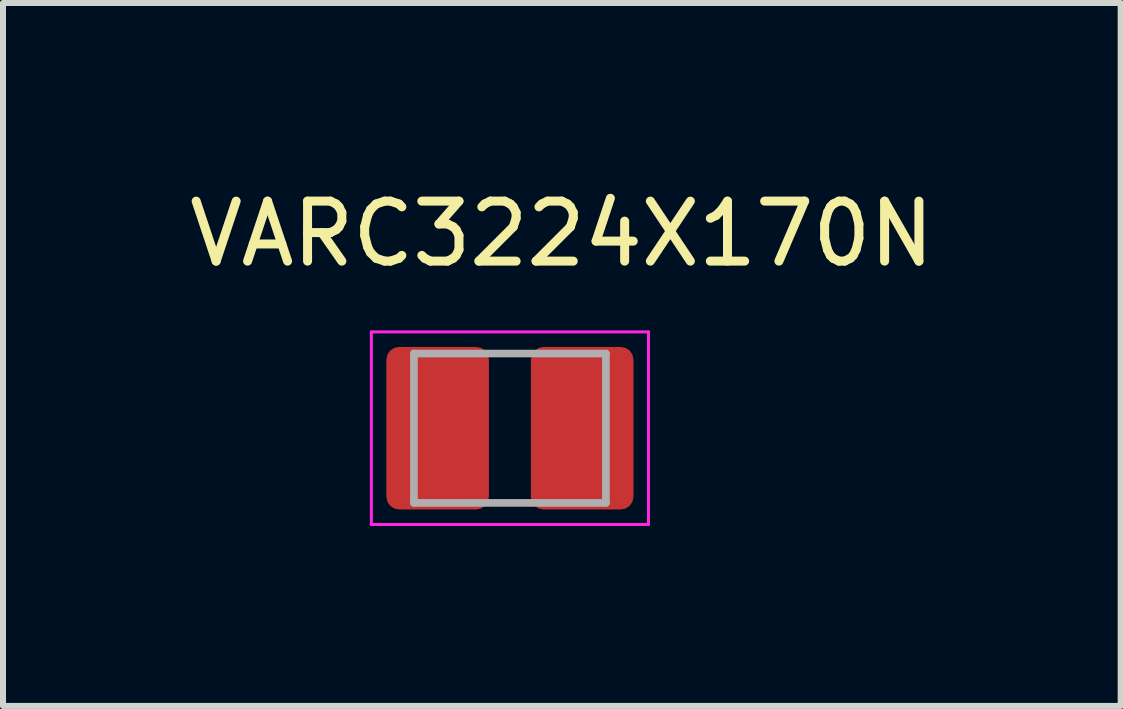
<source format=kicad_pcb>
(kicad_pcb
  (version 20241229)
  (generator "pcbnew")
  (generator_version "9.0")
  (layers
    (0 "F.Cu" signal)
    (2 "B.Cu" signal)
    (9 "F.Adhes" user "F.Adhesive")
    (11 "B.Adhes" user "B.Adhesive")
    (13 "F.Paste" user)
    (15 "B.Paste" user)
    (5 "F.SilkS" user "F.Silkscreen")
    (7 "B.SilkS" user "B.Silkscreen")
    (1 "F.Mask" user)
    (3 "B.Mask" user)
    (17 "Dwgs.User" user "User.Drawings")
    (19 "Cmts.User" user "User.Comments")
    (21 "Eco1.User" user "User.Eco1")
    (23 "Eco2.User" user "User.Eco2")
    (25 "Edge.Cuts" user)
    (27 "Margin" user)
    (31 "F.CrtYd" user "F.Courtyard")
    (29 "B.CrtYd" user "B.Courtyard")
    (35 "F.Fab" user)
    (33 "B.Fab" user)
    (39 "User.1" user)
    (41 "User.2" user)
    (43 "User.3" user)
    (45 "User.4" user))
  (footprint "VARC3224X170N"
    (layer "F.Cu")
    (at 5.45 4.088)
    (property "Reference" "VARC3224X170N" (at 0.865 -3.24 0) (layer "F.SilkS") (effects (font (size 1 1) (thickness 0.15))))
    (attr smd)
    (fp_line (start -2.31 -1.605) (end -2.31 1.605) (stroke (width 0.05) (type solid)) (layer "F.CrtYd"))
    (fp_line (start -2.31 1.605) (end 2.31 1.605) (stroke (width 0.05) (type solid)) (layer "F.CrtYd"))
    (fp_line (start 2.31 -1.605) (end -2.31 -1.605) (stroke (width 0.05) (type solid)) (layer "F.CrtYd"))
    (fp_line (start 2.31 1.605) (end 2.31 -1.605) (stroke (width 0.05) (type solid)) (layer "F.CrtYd"))
    (fp_line (start -1.6 -1.245) (end -1.6 1.245) (stroke (width 0.127) (type solid)) (layer "F.Fab"))
    (fp_line (start -1.6 1.245) (end 1.6 1.245) (stroke (width 0.127) (type solid)) (layer "F.Fab"))
    (fp_line (start 1.6 -1.245) (end -1.6 -1.245) (stroke (width 0.127) (type solid)) (layer "F.Fab"))
    (fp_line (start 1.6 1.245) (end 1.6 -1.245) (stroke (width 0.127) (type solid)) (layer "F.Fab"))
    (pad "1" smd roundrect (at -1.205 0) (size 1.71 2.71) (layers "F.Cu" "F.Mask" "F.Paste") (roundrect_rratio 0.125))
    (pad "2" smd roundrect (at 1.205 0) (size 1.71 2.71) (layers "F.Cu" "F.Mask" "F.Paste") (roundrect_rratio 0.125)))
  (gr_rect
    (start -3 -3)
    (end 15.631 8.718)
    (stroke (width 0.1) (type default))
    (fill no)
    (layer "Edge.Cuts")))
</source>
